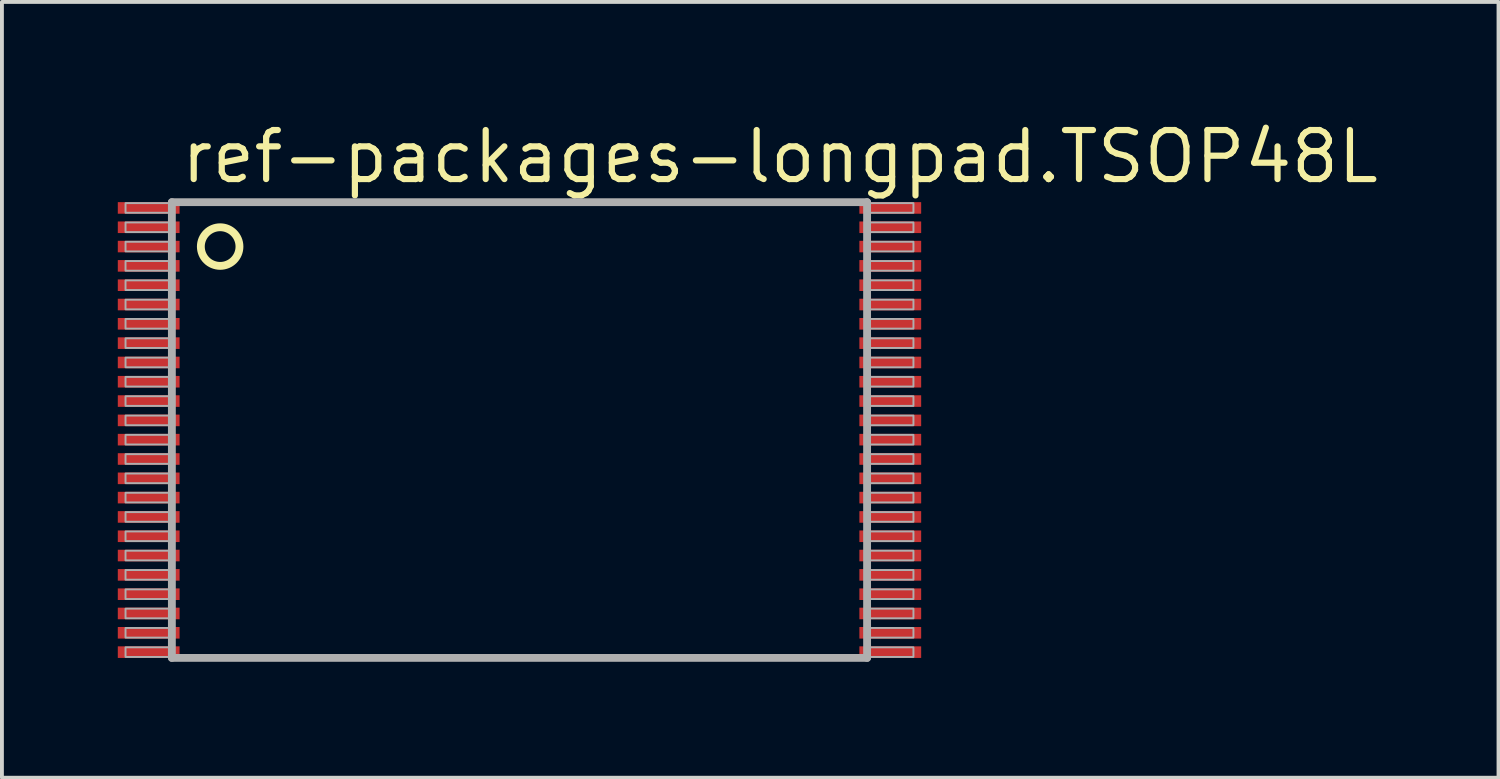
<source format=kicad_pcb>
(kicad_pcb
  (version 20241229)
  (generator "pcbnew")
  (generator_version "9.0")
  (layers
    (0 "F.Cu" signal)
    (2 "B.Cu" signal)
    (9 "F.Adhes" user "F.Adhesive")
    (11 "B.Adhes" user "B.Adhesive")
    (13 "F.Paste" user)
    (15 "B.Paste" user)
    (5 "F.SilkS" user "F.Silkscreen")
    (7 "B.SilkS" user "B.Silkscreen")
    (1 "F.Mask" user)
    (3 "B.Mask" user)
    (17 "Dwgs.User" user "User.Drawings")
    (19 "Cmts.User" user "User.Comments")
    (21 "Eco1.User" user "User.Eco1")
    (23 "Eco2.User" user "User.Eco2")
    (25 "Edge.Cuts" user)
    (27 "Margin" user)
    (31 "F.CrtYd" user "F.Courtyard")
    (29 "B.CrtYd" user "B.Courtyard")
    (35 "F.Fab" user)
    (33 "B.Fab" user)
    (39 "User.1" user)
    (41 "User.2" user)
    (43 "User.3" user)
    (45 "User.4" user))
  (footprint "ref-packages-longpad.TSOP48L"
    (layer "F.Cu")
    (at 10.4 8.084)
    (property "Reference" "ref-packages-longpad.TSOP48L" (at -8.842 -6.334 0) (layer "F.SilkS") (effects (font (size 1.27 1.27) (thickness 0.16)) (justify left bottom)))
    (attr smd)
    (fp_circle (center -7.75 -4.75) (end -7.25 -4.75) (stroke (width 0.203) (type default)) (fill no) (layer "F.SilkS"))
    (fp_line (start -9 -5.9) (end -9 5.9) (stroke (width 0.203) (type default)) (layer "F.Fab"))
    (fp_line (start -9 5.9) (end 9 5.9) (stroke (width 0.203) (type default)) (layer "F.Fab"))
    (fp_line (start 9 -5.9) (end -9 -5.9) (stroke (width 0.203) (type default)) (layer "F.Fab"))
    (fp_line (start 9 5.9) (end 9 -5.9) (stroke (width 0.203) (type default)) (layer "F.Fab"))
    (fp_rect (start -10.2 -5.625) (end -9.075 -5.875) (stroke (width 0.05) (type default)) (fill no) (layer "F.Fab"))
    (fp_rect (start -10.2 -5.125) (end -9.075 -5.375) (stroke (width 0.05) (type default)) (fill no) (layer "F.Fab"))
    (fp_rect (start -10.2 -4.625) (end -9.075 -4.875) (stroke (width 0.05) (type default)) (fill no) (layer "F.Fab"))
    (fp_rect (start -10.2 -4.125) (end -9.075 -4.375) (stroke (width 0.05) (type default)) (fill no) (layer "F.Fab"))
    (fp_rect (start -10.2 -3.625) (end -9.075 -3.875) (stroke (width 0.05) (type default)) (fill no) (layer "F.Fab"))
    (fp_rect (start -10.2 -3.125) (end -9.075 -3.375) (stroke (width 0.05) (type default)) (fill no) (layer "F.Fab"))
    (fp_rect (start -10.2 -2.625) (end -9.075 -2.875) (stroke (width 0.05) (type default)) (fill no) (layer "F.Fab"))
    (fp_rect (start -10.2 -2.125) (end -9.075 -2.375) (stroke (width 0.05) (type default)) (fill no) (layer "F.Fab"))
    (fp_rect (start -10.2 -1.625) (end -9.075 -1.875) (stroke (width 0.05) (type default)) (fill no) (layer "F.Fab"))
    (fp_rect (start -10.2 -1.125) (end -9.075 -1.375) (stroke (width 0.05) (type default)) (fill no) (layer "F.Fab"))
    (fp_rect (start -10.2 -0.625) (end -9.075 -0.875) (stroke (width 0.05) (type default)) (fill no) (layer "F.Fab"))
    (fp_rect (start -10.2 -0.125) (end -9.075 -0.375) (stroke (width 0.05) (type default)) (fill no) (layer "F.Fab"))
    (fp_rect (start -10.2 0.375) (end -9.075 0.125) (stroke (width 0.05) (type default)) (fill no) (layer "F.Fab"))
    (fp_rect (start -10.2 0.875) (end -9.075 0.625) (stroke (width 0.05) (type default)) (fill no) (layer "F.Fab"))
    (fp_rect (start -10.2 1.375) (end -9.075 1.125) (stroke (width 0.05) (type default)) (fill no) (layer "F.Fab"))
    (fp_rect (start -10.2 1.875) (end -9.075 1.625) (stroke (width 0.05) (type default)) (fill no) (layer "F.Fab"))
    (fp_rect (start -10.2 2.375) (end -9.075 2.125) (stroke (width 0.05) (type default)) (fill no) (layer "F.Fab"))
    (fp_rect (start -10.2 2.875) (end -9.075 2.625) (stroke (width 0.05) (type default)) (fill no) (layer "F.Fab"))
    (fp_rect (start -10.2 3.375) (end -9.075 3.125) (stroke (width 0.05) (type default)) (fill no) (layer "F.Fab"))
    (fp_rect (start -10.2 3.875) (end -9.075 3.625) (stroke (width 0.05) (type default)) (fill no) (layer "F.Fab"))
    (fp_rect (start -10.2 4.375) (end -9.075 4.125) (stroke (width 0.05) (type default)) (fill no) (layer "F.Fab"))
    (fp_rect (start -10.2 4.875) (end -9.075 4.625) (stroke (width 0.05) (type default)) (fill no) (layer "F.Fab"))
    (fp_rect (start -10.2 5.375) (end -9.075 5.125) (stroke (width 0.05) (type default)) (fill no) (layer "F.Fab"))
    (fp_rect (start -10.2 5.875) (end -9.075 5.625) (stroke (width 0.05) (type default)) (fill no) (layer "F.Fab"))
    (fp_rect (start 9.075 -5.625) (end 10.2 -5.875) (stroke (width 0.05) (type default)) (fill no) (layer "F.Fab"))
    (fp_rect (start 9.075 -5.125) (end 10.2 -5.375) (stroke (width 0.05) (type default)) (fill no) (layer "F.Fab"))
    (fp_rect (start 9.075 -4.625) (end 10.2 -4.875) (stroke (width 0.05) (type default)) (fill no) (layer "F.Fab"))
    (fp_rect (start 9.075 -4.125) (end 10.2 -4.375) (stroke (width 0.05) (type default)) (fill no) (layer "F.Fab"))
    (fp_rect (start 9.075 -3.625) (end 10.2 -3.875) (stroke (width 0.05) (type default)) (fill no) (layer "F.Fab"))
    (fp_rect (start 9.075 -3.125) (end 10.2 -3.375) (stroke (width 0.05) (type default)) (fill no) (layer "F.Fab"))
    (fp_rect (start 9.075 -2.625) (end 10.2 -2.875) (stroke (width 0.05) (type default)) (fill no) (layer "F.Fab"))
    (fp_rect (start 9.075 -2.125) (end 10.2 -2.375) (stroke (width 0.05) (type default)) (fill no) (layer "F.Fab"))
    (fp_rect (start 9.075 -1.625) (end 10.2 -1.875) (stroke (width 0.05) (type default)) (fill no) (layer "F.Fab"))
    (fp_rect (start 9.075 -1.125) (end 10.2 -1.375) (stroke (width 0.05) (type default)) (fill no) (layer "F.Fab"))
    (fp_rect (start 9.075 -0.625) (end 10.2 -0.875) (stroke (width 0.05) (type default)) (fill no) (layer "F.Fab"))
    (fp_rect (start 9.075 -0.125) (end 10.2 -0.375) (stroke (width 0.05) (type default)) (fill no) (layer "F.Fab"))
    (fp_rect (start 9.075 0.375) (end 10.2 0.125) (stroke (width 0.05) (type default)) (fill no) (layer "F.Fab"))
    (fp_rect (start 9.075 0.875) (end 10.2 0.625) (stroke (width 0.05) (type default)) (fill no) (layer "F.Fab"))
    (fp_rect (start 9.075 1.375) (end 10.2 1.125) (stroke (width 0.05) (type default)) (fill no) (layer "F.Fab"))
    (fp_rect (start 9.075 1.875) (end 10.2 1.625) (stroke (width 0.05) (type default)) (fill no) (layer "F.Fab"))
    (fp_rect (start 9.075 2.375) (end 10.2 2.125) (stroke (width 0.05) (type default)) (fill no) (layer "F.Fab"))
    (fp_rect (start 9.075 2.875) (end 10.2 2.625) (stroke (width 0.05) (type default)) (fill no) (layer "F.Fab"))
    (fp_rect (start 9.075 3.375) (end 10.2 3.125) (stroke (width 0.05) (type default)) (fill no) (layer "F.Fab"))
    (fp_rect (start 9.075 3.875) (end 10.2 3.625) (stroke (width 0.05) (type default)) (fill no) (layer "F.Fab"))
    (fp_rect (start 9.075 4.375) (end 10.2 4.125) (stroke (width 0.05) (type default)) (fill no) (layer "F.Fab"))
    (fp_rect (start 9.075 4.875) (end 10.2 4.625) (stroke (width 0.05) (type default)) (fill no) (layer "F.Fab"))
    (fp_rect (start 9.075 5.375) (end 10.2 5.125) (stroke (width 0.05) (type default)) (fill no) (layer "F.Fab"))
    (fp_rect (start 9.075 5.875) (end 10.2 5.625) (stroke (width 0.05) (type default)) (fill no) (layer "F.Fab"))
    (pad "1" smd roundrect (at -9.6 -5.75) (size 1.6 0.3) (layers "F.Cu" "F.Mask" "F.Paste") (roundrect_rratio 0.01))
    (pad "2" smd roundrect (at -9.6 -5.25) (size 1.6 0.3) (layers "F.Cu" "F.Mask" "F.Paste") (roundrect_rratio 0.01))
    (pad "3" smd roundrect (at -9.6 -4.75) (size 1.6 0.3) (layers "F.Cu" "F.Mask" "F.Paste") (roundrect_rratio 0.01))
    (pad "4" smd roundrect (at -9.6 -4.25) (size 1.6 0.3) (layers "F.Cu" "F.Mask" "F.Paste") (roundrect_rratio 0.01))
    (pad "5" smd roundrect (at -9.6 -3.75) (size 1.6 0.3) (layers "F.Cu" "F.Mask" "F.Paste") (roundrect_rratio 0.01))
    (pad "6" smd roundrect (at -9.6 -3.25) (size 1.6 0.3) (layers "F.Cu" "F.Mask" "F.Paste") (roundrect_rratio 0.01))
    (pad "7" smd roundrect (at -9.6 -2.75) (size 1.6 0.3) (layers "F.Cu" "F.Mask" "F.Paste") (roundrect_rratio 0.01))
    (pad "8" smd roundrect (at -9.6 -2.25) (size 1.6 0.3) (layers "F.Cu" "F.Mask" "F.Paste") (roundrect_rratio 0.01))
    (pad "9" smd roundrect (at -9.6 -1.75) (size 1.6 0.3) (layers "F.Cu" "F.Mask" "F.Paste") (roundrect_rratio 0.01))
    (pad "10" smd roundrect (at -9.6 -1.25) (size 1.6 0.3) (layers "F.Cu" "F.Mask" "F.Paste") (roundrect_rratio 0.01))
    (pad "11" smd roundrect (at -9.6 -0.75) (size 1.6 0.3) (layers "F.Cu" "F.Mask" "F.Paste") (roundrect_rratio 0.01))
    (pad "12" smd roundrect (at -9.6 -0.25) (size 1.6 0.3) (layers "F.Cu" "F.Mask" "F.Paste") (roundrect_rratio 0.01))
    (pad "13" smd roundrect (at -9.6 0.25) (size 1.6 0.3) (layers "F.Cu" "F.Mask" "F.Paste") (roundrect_rratio 0.01))
    (pad "14" smd roundrect (at -9.6 0.75) (size 1.6 0.3) (layers "F.Cu" "F.Mask" "F.Paste") (roundrect_rratio 0.01))
    (pad "15" smd roundrect (at -9.6 1.25) (size 1.6 0.3) (layers "F.Cu" "F.Mask" "F.Paste") (roundrect_rratio 0.01))
    (pad "16" smd roundrect (at -9.6 1.75) (size 1.6 0.3) (layers "F.Cu" "F.Mask" "F.Paste") (roundrect_rratio 0.01))
    (pad "17" smd roundrect (at -9.6 2.25) (size 1.6 0.3) (layers "F.Cu" "F.Mask" "F.Paste") (roundrect_rratio 0.01))
    (pad "18" smd roundrect (at -9.6 2.75) (size 1.6 0.3) (layers "F.Cu" "F.Mask" "F.Paste") (roundrect_rratio 0.01))
    (pad "19" smd roundrect (at -9.6 3.25) (size 1.6 0.3) (layers "F.Cu" "F.Mask" "F.Paste") (roundrect_rratio 0.01))
    (pad "20" smd roundrect (at -9.6 3.75) (size 1.6 0.3) (layers "F.Cu" "F.Mask" "F.Paste") (roundrect_rratio 0.01))
    (pad "21" smd roundrect (at -9.6 4.25) (size 1.6 0.3) (layers "F.Cu" "F.Mask" "F.Paste") (roundrect_rratio 0.01))
    (pad "22" smd roundrect (at -9.6 4.75) (size 1.6 0.3) (layers "F.Cu" "F.Mask" "F.Paste") (roundrect_rratio 0.01))
    (pad "23" smd roundrect (at -9.6 5.25) (size 1.6 0.3) (layers "F.Cu" "F.Mask" "F.Paste") (roundrect_rratio 0.01))
    (pad "24" smd roundrect (at -9.6 5.75) (size 1.6 0.3) (layers "F.Cu" "F.Mask" "F.Paste") (roundrect_rratio 0.01))
    (pad "25" smd roundrect (at 9.6 5.75) (size 1.6 0.3) (layers "F.Cu" "F.Mask" "F.Paste") (roundrect_rratio 0.01))
    (pad "26" smd roundrect (at 9.6 5.25) (size 1.6 0.3) (layers "F.Cu" "F.Mask" "F.Paste") (roundrect_rratio 0.01))
    (pad "27" smd roundrect (at 9.6 4.75) (size 1.6 0.3) (layers "F.Cu" "F.Mask" "F.Paste") (roundrect_rratio 0.01))
    (pad "28" smd roundrect (at 9.6 4.25) (size 1.6 0.3) (layers "F.Cu" "F.Mask" "F.Paste") (roundrect_rratio 0.01))
    (pad "29" smd roundrect (at 9.6 3.75) (size 1.6 0.3) (layers "F.Cu" "F.Mask" "F.Paste") (roundrect_rratio 0.01))
    (pad "30" smd roundrect (at 9.6 3.25) (size 1.6 0.3) (layers "F.Cu" "F.Mask" "F.Paste") (roundrect_rratio 0.01))
    (pad "31" smd roundrect (at 9.6 2.75) (size 1.6 0.3) (layers "F.Cu" "F.Mask" "F.Paste") (roundrect_rratio 0.01))
    (pad "32" smd roundrect (at 9.6 2.25) (size 1.6 0.3) (layers "F.Cu" "F.Mask" "F.Paste") (roundrect_rratio 0.01))
    (pad "33" smd roundrect (at 9.6 1.75) (size 1.6 0.3) (layers "F.Cu" "F.Mask" "F.Paste") (roundrect_rratio 0.01))
    (pad "34" smd roundrect (at 9.6 1.25) (size 1.6 0.3) (layers "F.Cu" "F.Mask" "F.Paste") (roundrect_rratio 0.01))
    (pad "35" smd roundrect (at 9.6 0.75) (size 1.6 0.3) (layers "F.Cu" "F.Mask" "F.Paste") (roundrect_rratio 0.01))
    (pad "36" smd roundrect (at 9.6 0.25) (size 1.6 0.3) (layers "F.Cu" "F.Mask" "F.Paste") (roundrect_rratio 0.01))
    (pad "37" smd roundrect (at 9.6 -0.25) (size 1.6 0.3) (layers "F.Cu" "F.Mask" "F.Paste") (roundrect_rratio 0.01))
    (pad "38" smd roundrect (at 9.6 -0.75) (size 1.6 0.3) (layers "F.Cu" "F.Mask" "F.Paste") (roundrect_rratio 0.01))
    (pad "39" smd roundrect (at 9.6 -1.25) (size 1.6 0.3) (layers "F.Cu" "F.Mask" "F.Paste") (roundrect_rratio 0.01))
    (pad "40" smd roundrect (at 9.6 -1.75) (size 1.6 0.3) (layers "F.Cu" "F.Mask" "F.Paste") (roundrect_rratio 0.01))
    (pad "41" smd roundrect (at 9.6 -2.25) (size 1.6 0.3) (layers "F.Cu" "F.Mask" "F.Paste") (roundrect_rratio 0.01))
    (pad "42" smd roundrect (at 9.6 -2.75) (size 1.6 0.3) (layers "F.Cu" "F.Mask" "F.Paste") (roundrect_rratio 0.01))
    (pad "43" smd roundrect (at 9.6 -3.25) (size 1.6 0.3) (layers "F.Cu" "F.Mask" "F.Paste") (roundrect_rratio 0.01))
    (pad "44" smd roundrect (at 9.6 -3.75) (size 1.6 0.3) (layers "F.Cu" "F.Mask" "F.Paste") (roundrect_rratio 0.01))
    (pad "45" smd roundrect (at 9.6 -4.25) (size 1.6 0.3) (layers "F.Cu" "F.Mask" "F.Paste") (roundrect_rratio 0.01))
    (pad "46" smd roundrect (at 9.6 -4.75) (size 1.6 0.3) (layers "F.Cu" "F.Mask" "F.Paste") (roundrect_rratio 0.01))
    (pad "47" smd roundrect (at 9.6 -5.25) (size 1.6 0.3) (layers "F.Cu" "F.Mask" "F.Paste") (roundrect_rratio 0.01))
    (pad "48" smd roundrect (at 9.6 -5.75) (size 1.6 0.3) (layers "F.Cu" "F.Mask" "F.Paste") (roundrect_rratio 0.01)))
  (gr_rect
    (start -3 -3)
    (end 35.748 17.086)
    (stroke (width 0.1) (type default))
    (fill no)
    (layer "Edge.Cuts")))
</source>
